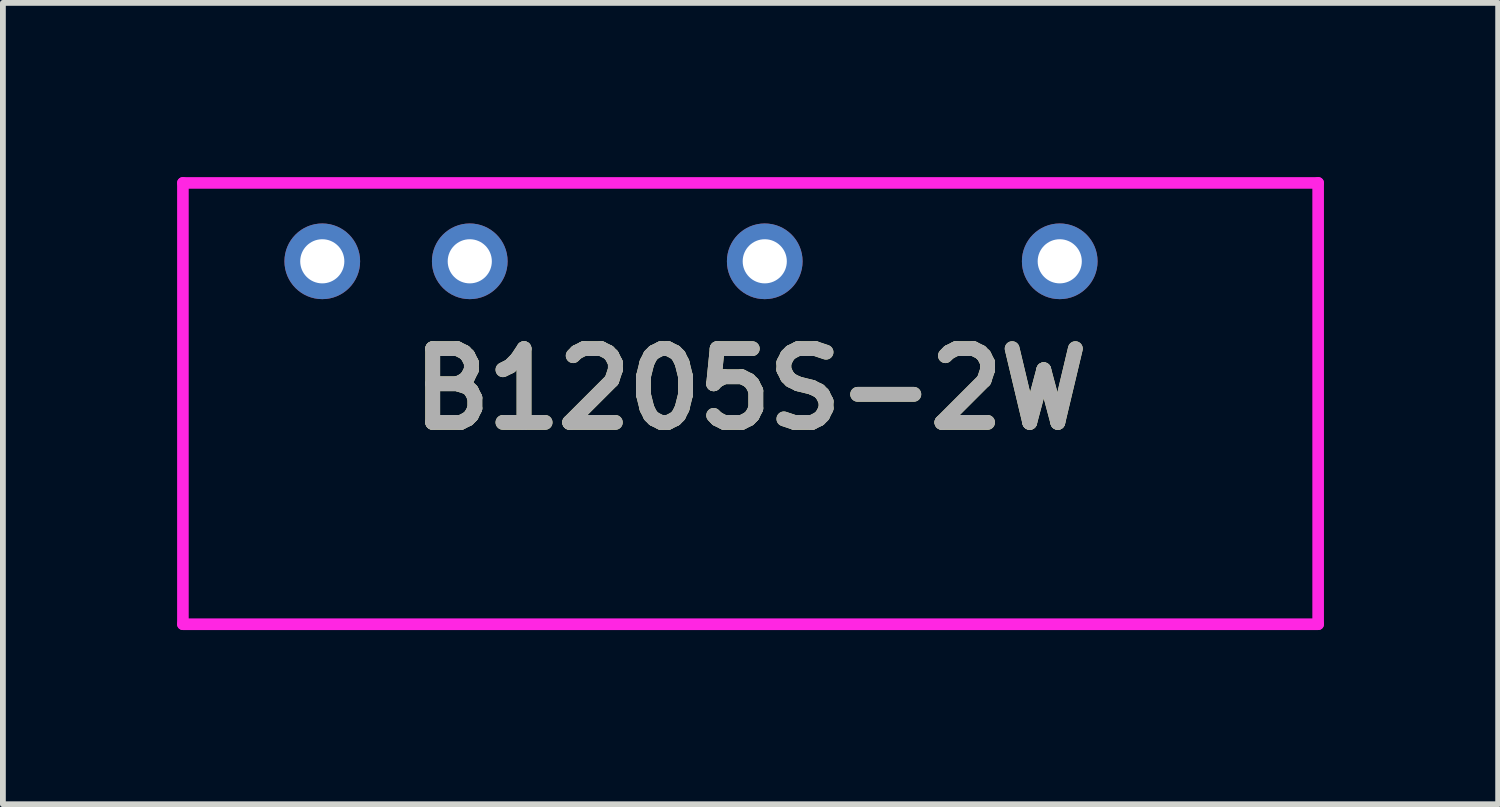
<source format=kicad_pcb>
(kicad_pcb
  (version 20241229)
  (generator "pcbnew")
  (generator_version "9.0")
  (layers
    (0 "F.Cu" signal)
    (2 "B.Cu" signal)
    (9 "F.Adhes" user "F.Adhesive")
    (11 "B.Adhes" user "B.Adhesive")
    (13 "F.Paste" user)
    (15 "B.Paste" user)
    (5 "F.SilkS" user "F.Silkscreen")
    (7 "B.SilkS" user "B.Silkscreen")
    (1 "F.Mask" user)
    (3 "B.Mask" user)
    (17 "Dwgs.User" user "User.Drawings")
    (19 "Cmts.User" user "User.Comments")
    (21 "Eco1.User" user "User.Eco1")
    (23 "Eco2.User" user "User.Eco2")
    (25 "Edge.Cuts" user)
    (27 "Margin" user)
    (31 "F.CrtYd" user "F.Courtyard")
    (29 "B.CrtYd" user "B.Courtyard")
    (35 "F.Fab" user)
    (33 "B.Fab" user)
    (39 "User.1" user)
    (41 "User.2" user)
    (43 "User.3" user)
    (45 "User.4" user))
  (footprint "B1205S-2W"
    (layer "F.Cu")
    (at 2.5 1.45)
    (property "Reference" "B1205S-2W" (at 7.375 2.2 0) (layer "F.SilkS") (effects (font (size 1.27 1.27) (thickness 0.254))))
    (attr through_hole)
    (fp_line (start -2.4 -1.35) (end -2.4 6.25) (stroke (width 0.1) (type solid)) (layer "F.SilkS"))
    (fp_line (start -2.4 6.25) (end 17.15 6.25) (stroke (width 0.1) (type solid)) (layer "F.SilkS"))
    (fp_line (start 17.15 -1.35) (end -2.4 -1.35) (stroke (width 0.1) (type solid)) (layer "F.SilkS"))
    (fp_line (start 17.15 6.25) (end 17.15 -1.35) (stroke (width 0.1) (type solid)) (layer "F.SilkS"))
    (fp_line (start -2.4 -1.35) (end 17.15 -1.35) (stroke (width 0.2) (type solid)) (layer "F.CrtYd"))
    (fp_line (start -2.4 6.25) (end -2.4 -1.35) (stroke (width 0.2) (type solid)) (layer "F.CrtYd"))
    (fp_line (start 17.15 -1.35) (end 17.15 6.25) (stroke (width 0.2) (type solid)) (layer "F.CrtYd"))
    (fp_line (start 17.15 6.25) (end -2.4 6.25) (stroke (width 0.2) (type solid)) (layer "F.CrtYd"))
    (fp_text user "${REFERENCE}" (at 7.375 2.2 0) (layer "F.Fab") (effects (font (size 1.27 1.27) (thickness 0.254))))
    (pad "1" thru_hole circle (at 0 0) (size 1.303 1.303) (drill 0.76) (layers "*.Cu" "*.Mask"))
    (pad "2" thru_hole circle (at 2.54 0) (size 1.303 1.303) (drill 0.76) (layers "*.Cu" "*.Mask"))
    (pad "4" thru_hole circle (at 7.62 0) (size 1.303 1.303) (drill 0.76) (layers "*.Cu" "*.Mask"))
    (pad "6" thru_hole circle (at 12.7 0) (size 1.303 1.303) (drill 0.76) (layers "*.Cu" "*.Mask")))
  (gr_rect
    (start -3 -3)
    (end 22.75 10.8)
    (stroke (width 0.1) (type default))
    (fill no)
    (layer "Edge.Cuts")))
</source>
